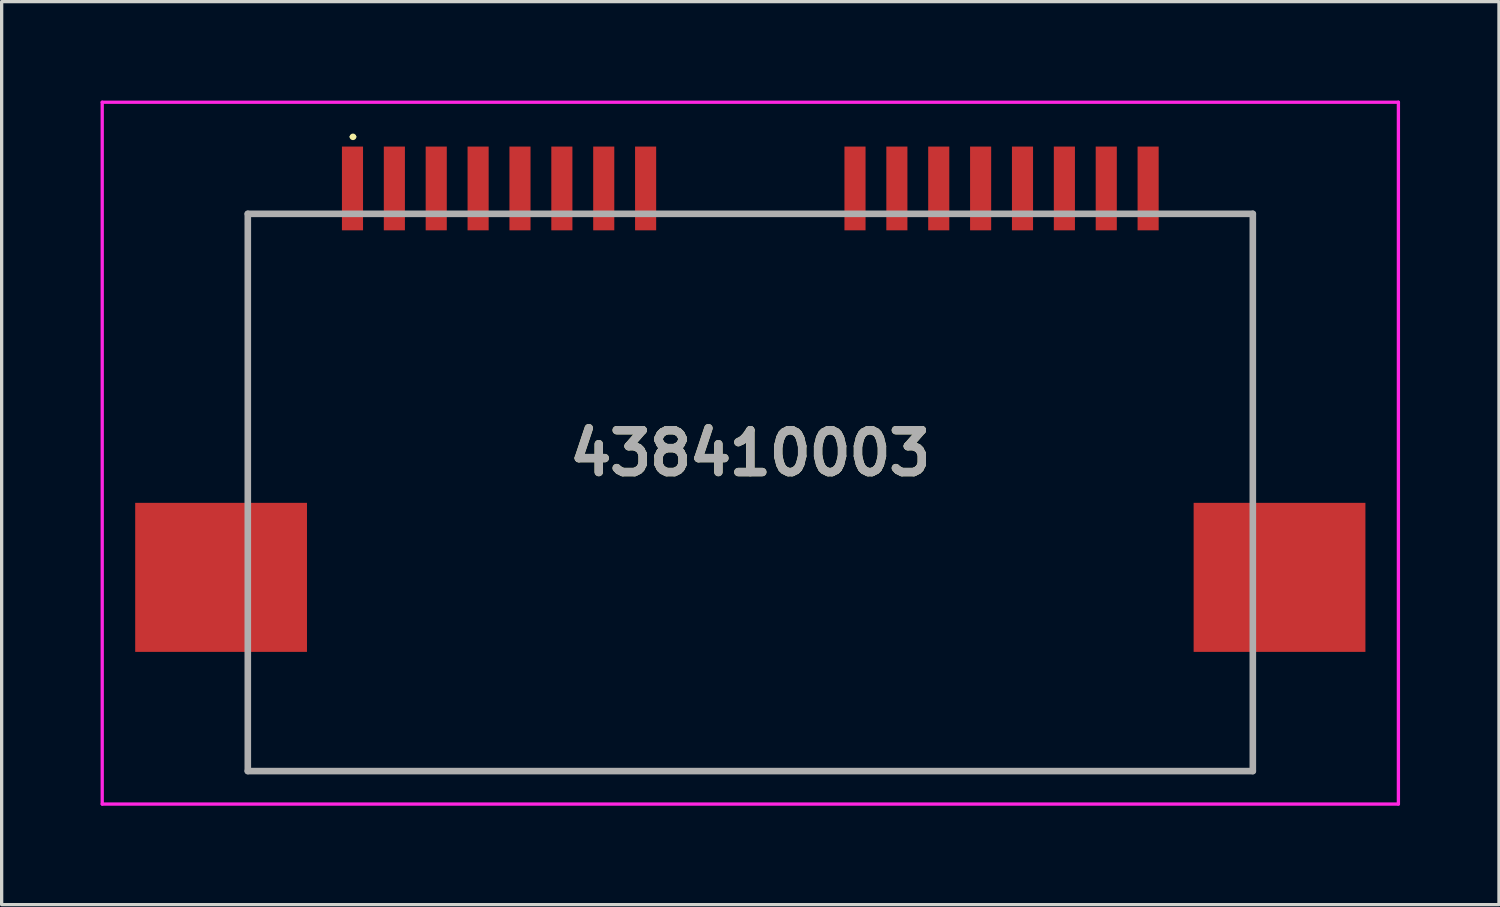
<source format=kicad_pcb>
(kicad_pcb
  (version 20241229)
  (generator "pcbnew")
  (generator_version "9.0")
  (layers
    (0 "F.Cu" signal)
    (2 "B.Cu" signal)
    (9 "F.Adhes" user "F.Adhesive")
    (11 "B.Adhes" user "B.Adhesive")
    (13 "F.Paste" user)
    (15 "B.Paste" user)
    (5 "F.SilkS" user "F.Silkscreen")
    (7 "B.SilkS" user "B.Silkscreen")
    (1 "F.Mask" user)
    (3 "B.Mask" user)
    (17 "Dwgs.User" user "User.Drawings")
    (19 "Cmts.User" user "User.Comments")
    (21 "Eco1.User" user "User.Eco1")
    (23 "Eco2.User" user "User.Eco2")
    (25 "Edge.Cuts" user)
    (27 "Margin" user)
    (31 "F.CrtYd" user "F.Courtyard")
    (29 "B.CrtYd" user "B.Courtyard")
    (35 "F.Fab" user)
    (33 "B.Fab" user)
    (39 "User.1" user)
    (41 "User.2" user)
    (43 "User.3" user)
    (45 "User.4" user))
  (footprint "438410003"
    (layer "F.Cu")
    (at 19.705 11.5)
    (property "Reference" "438410003" (at 0 -0.808 0) (layer "F.SilkS") (effects (font (size 1.27 1.27) (thickness 0.254))))
    (attr smd)
    (fp_line (start -15.24 -8.065) (end -13.335 -8.065) (stroke (width 0.1) (type solid)) (layer "F.SilkS"))
    (fp_line (start -15.24 0.42) (end -15.24 -8.065) (stroke (width 0.1) (type solid)) (layer "F.SilkS"))
    (fp_line (start -15.24 5.5) (end -15.24 8.835) (stroke (width 0.1) (type solid)) (layer "F.SilkS"))
    (fp_line (start -15.24 8.835) (end 15.24 8.835) (stroke (width 0.1) (type solid)) (layer "F.SilkS"))
    (fp_line (start -12.1 -10.4) (end -12.1 -10.4) (stroke (width 0.1) (type solid)) (layer "F.SilkS"))
    (fp_line (start -12 -10.4) (end -12 -10.4) (stroke (width 0.1) (type solid)) (layer "F.SilkS"))
    (fp_line (start -2.54 -8.065) (end 2.54 -8.065) (stroke (width 0.1) (type solid)) (layer "F.SilkS"))
    (fp_line (start 13.335 -8.065) (end 15.24 -8.065) (stroke (width 0.1) (type solid)) (layer "F.SilkS"))
    (fp_line (start 15.24 -8.065) (end 15.24 0.42) (stroke (width 0.1) (type solid)) (layer "F.SilkS"))
    (fp_line (start 15.24 8.835) (end 15.24 5.5) (stroke (width 0.1) (type solid)) (layer "F.SilkS"))
    (fp_arc (start -12.1 -10.4) (mid -12.05 -10.45) (end -12 -10.4) (stroke (width 0.1) (type solid)) (layer "F.SilkS"))
    (fp_arc (start -12 -10.4) (mid -12.05 -10.35) (end -12.1 -10.4) (stroke (width 0.1) (type solid)) (layer "F.SilkS"))
    (fp_line (start -19.655 -11.45) (end 19.655 -11.45) (stroke (width 0.1) (type solid)) (layer "F.CrtYd"))
    (fp_line (start -19.655 9.835) (end -19.655 -11.45) (stroke (width 0.1) (type solid)) (layer "F.CrtYd"))
    (fp_line (start 19.655 -11.45) (end 19.655 9.835) (stroke (width 0.1) (type solid)) (layer "F.CrtYd"))
    (fp_line (start 19.655 9.835) (end -19.655 9.835) (stroke (width 0.1) (type solid)) (layer "F.CrtYd"))
    (fp_line (start -15.24 -8.065) (end 15.24 -8.065) (stroke (width 0.2) (type solid)) (layer "F.Fab"))
    (fp_line (start -15.24 8.835) (end -15.24 -8.065) (stroke (width 0.2) (type solid)) (layer "F.Fab"))
    (fp_line (start 15.24 -8.065) (end 15.24 8.835) (stroke (width 0.2) (type solid)) (layer "F.Fab"))
    (fp_line (start 15.24 8.835) (end -15.24 8.835) (stroke (width 0.2) (type solid)) (layer "F.Fab"))
    (fp_text user "${REFERENCE}" (at 0 -0.808 0) (layer "F.Fab") (effects (font (size 1.27 1.27) (thickness 0.254))))
    (pad "1" smd rect (at -12.065 -8.835) (size 0.64 2.54) (layers "F.Cu" "F.Mask" "F.Paste"))
    (pad "2" smd rect (at -10.795 -8.835) (size 0.64 2.54) (layers "F.Cu" "F.Mask" "F.Paste"))
    (pad "3" smd rect (at -9.525 -8.835) (size 0.64 2.54) (layers "F.Cu" "F.Mask" "F.Paste"))
    (pad "4" smd rect (at -8.255 -8.835) (size 0.64 2.54) (layers "F.Cu" "F.Mask" "F.Paste"))
    (pad "5" smd rect (at -6.985 -8.835) (size 0.64 2.54) (layers "F.Cu" "F.Mask" "F.Paste"))
    (pad "6" smd rect (at -5.715 -8.835) (size 0.64 2.54) (layers "F.Cu" "F.Mask" "F.Paste"))
    (pad "7" smd rect (at -4.445 -8.835) (size 0.64 2.54) (layers "F.Cu" "F.Mask" "F.Paste"))
    (pad "8" smd rect (at -3.175 -8.835) (size 0.64 2.54) (layers "F.Cu" "F.Mask" "F.Paste"))
    (pad "9" smd rect (at 3.175 -8.835) (size 0.64 2.54) (layers "F.Cu" "F.Mask" "F.Paste"))
    (pad "10" smd rect (at 4.445 -8.835) (size 0.64 2.54) (layers "F.Cu" "F.Mask" "F.Paste"))
    (pad "11" smd rect (at 5.715 -8.835) (size 0.64 2.54) (layers "F.Cu" "F.Mask" "F.Paste"))
    (pad "12" smd rect (at 6.985 -8.835) (size 0.64 2.54) (layers "F.Cu" "F.Mask" "F.Paste"))
    (pad "13" smd rect (at 8.255 -8.835) (size 0.64 2.54) (layers "F.Cu" "F.Mask" "F.Paste"))
    (pad "14" smd rect (at 9.525 -8.835) (size 0.64 2.54) (layers "F.Cu" "F.Mask" "F.Paste"))
    (pad "15" smd rect (at 10.795 -8.835) (size 0.64 2.54) (layers "F.Cu" "F.Mask" "F.Paste"))
    (pad "16" smd rect (at 12.065 -8.835) (size 0.64 2.54) (layers "F.Cu" "F.Mask" "F.Paste"))
    (pad "MP1" smd rect (at -16.05 2.96 90) (size 4.52 5.21) (layers "F.Cu" "F.Mask" "F.Paste"))
    (pad "MP2" smd rect (at 16.05 2.96 90) (size 4.52 5.21) (layers "F.Cu" "F.Mask" "F.Paste")))
  (gr_rect
    (start -3 -3)
    (end 42.41 24.385)
    (stroke (width 0.1) (type default))
    (fill no)
    (layer "Edge.Cuts")))
</source>
